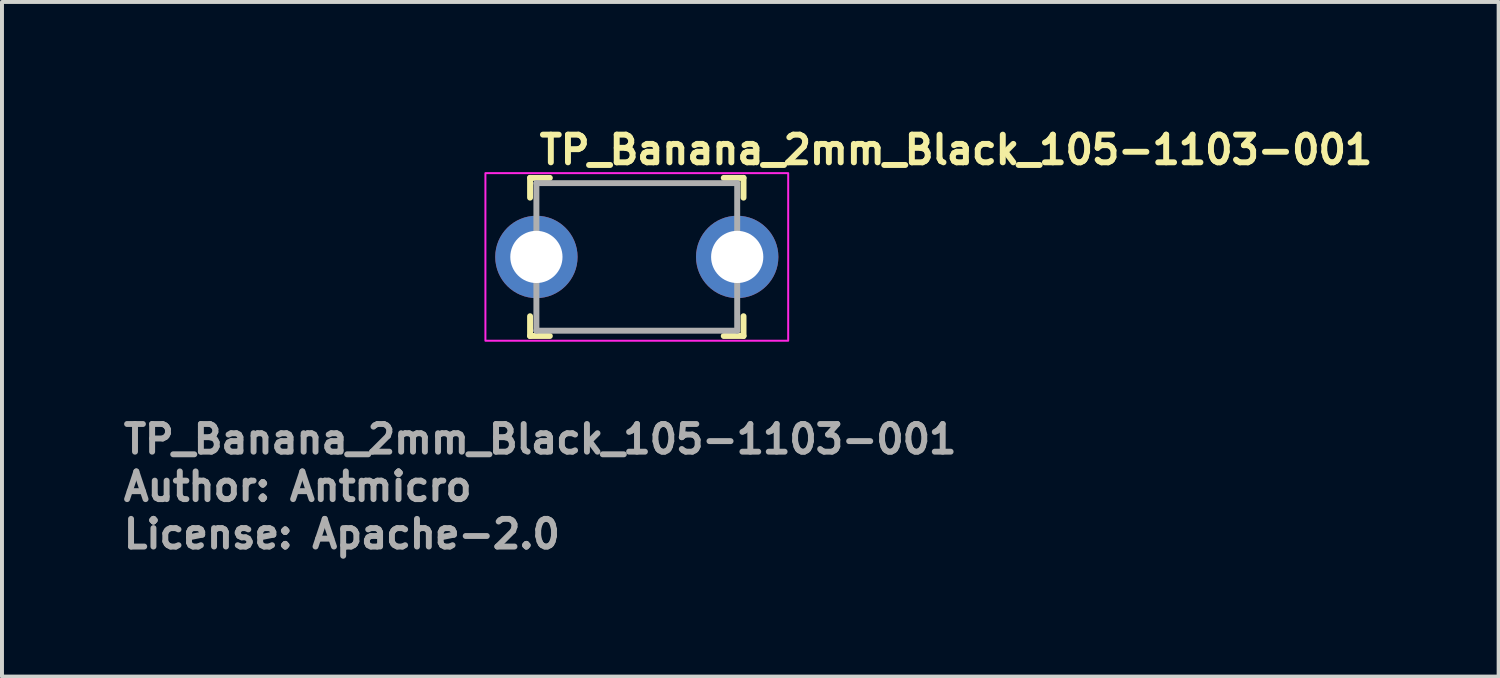
<source format=kicad_pcb>
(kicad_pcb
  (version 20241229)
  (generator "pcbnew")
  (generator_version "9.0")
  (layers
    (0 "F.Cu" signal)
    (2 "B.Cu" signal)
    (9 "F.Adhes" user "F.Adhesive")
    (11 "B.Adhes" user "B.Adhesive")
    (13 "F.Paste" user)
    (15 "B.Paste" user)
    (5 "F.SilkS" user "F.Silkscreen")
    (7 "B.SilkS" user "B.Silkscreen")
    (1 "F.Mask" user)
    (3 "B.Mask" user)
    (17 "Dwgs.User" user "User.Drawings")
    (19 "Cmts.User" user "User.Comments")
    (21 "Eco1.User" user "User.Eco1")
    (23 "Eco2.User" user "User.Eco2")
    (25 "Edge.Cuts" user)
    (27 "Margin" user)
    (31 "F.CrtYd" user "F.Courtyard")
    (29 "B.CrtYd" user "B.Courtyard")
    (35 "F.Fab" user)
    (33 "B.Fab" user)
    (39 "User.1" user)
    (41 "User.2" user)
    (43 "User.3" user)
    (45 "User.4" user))
  (footprint "TP_Banana_2mm_Black_105-1103-001"
    (layer "F.Cu")
    (at 10.52 3.45)
    (property "Reference" "TP_Banana_2mm_Black_105-1103-001" (at 0 -2.3 0) (layer "F.SilkS") (effects (font (size 0.7 0.7) (thickness 0.15)) (justify left bottom)))
    (attr through_hole)
    (fp_line (start -0.16 -2) (end -0.16 -1.5) (stroke (width 0.15) (type solid)) (layer "F.SilkS"))
    (fp_line (start -0.16 -2) (end 0.34 -2) (stroke (width 0.15) (type solid)) (layer "F.SilkS"))
    (fp_line (start -0.16 2) (end -0.16 1.5) (stroke (width 0.15) (type solid)) (layer "F.SilkS"))
    (fp_line (start -0.16 2) (end 0.34 2) (stroke (width 0.15) (type solid)) (layer "F.SilkS"))
    (fp_line (start 5.24 -2) (end 4.74 -2) (stroke (width 0.15) (type solid)) (layer "F.SilkS"))
    (fp_line (start 5.24 -2) (end 5.24 -1.5) (stroke (width 0.15) (type solid)) (layer "F.SilkS"))
    (fp_line (start 5.24 2) (end 4.74 2) (stroke (width 0.15) (type solid)) (layer "F.SilkS"))
    (fp_line (start 5.24 2) (end 5.24 1.5) (stroke (width 0.15) (type solid)) (layer "F.SilkS"))
    (fp_rect (start -1.29 -2.12) (end 6.37 2.12) (stroke (width 0.05) (type solid)) (fill no) (layer "F.CrtYd"))
    (fp_line (start 0 -1.867) (end 5.08 -1.867) (stroke (width 0.15) (type solid)) (layer "F.Fab"))
    (fp_line (start 0 1.867) (end 0 -1.867) (stroke (width 0.15) (type solid)) (layer "F.Fab"))
    (fp_line (start 0 1.867) (end 5.08 1.867) (stroke (width 0.15) (type solid)) (layer "F.Fab"))
    (fp_line (start 5.08 1.867) (end 5.08 -1.867) (stroke (width 0.15) (type solid)) (layer "F.Fab"))
    (fp_rect (start -0.154 -1.862) (end 5.23 1.872) (stroke (width 0.1) (type solid)) (fill no) (layer "User.5"))
    (fp_line (start -0.154 -1.862) (end -0.154 -1.857) (stroke (width 0.02) (type solid)) (layer "User.9"))
    (fp_line (start -0.154 -1.862) (end 5.23 -1.862) (stroke (width 0.02) (type solid)) (layer "User.9"))
    (fp_line (start -0.154 -1.857) (end -0.154 -1.857) (stroke (width 0.02) (type solid)) (layer "User.9"))
    (fp_line (start -0.154 -1.857) (end -0.154 -1.843) (stroke (width 0.02) (type solid)) (layer "User.9"))
    (fp_line (start -0.154 -1.843) (end -0.154 -1.843) (stroke (width 0.02) (type solid)) (layer "User.9"))
    (fp_line (start -0.154 -1.843) (end -0.154 -1.819) (stroke (width 0.02) (type solid)) (layer "User.9"))
    (fp_line (start -0.154 -1.819) (end -0.154 -1.819) (stroke (width 0.02) (type solid)) (layer "User.9"))
    (fp_line (start -0.154 -1.819) (end -0.154 -1.786) (stroke (width 0.02) (type solid)) (layer "User.9"))
    (fp_line (start -0.154 -1.786) (end -0.154 -1.786) (stroke (width 0.02) (type solid)) (layer "User.9"))
    (fp_line (start -0.154 -1.786) (end -0.154 -1.745) (stroke (width 0.02) (type solid)) (layer "User.9"))
    (fp_line (start -0.154 -1.745) (end -0.154 -1.745) (stroke (width 0.02) (type solid)) (layer "User.9"))
    (fp_line (start -0.154 -1.745) (end -0.154 -1.639) (stroke (width 0.02) (type solid)) (layer "User.9"))
    (fp_line (start -0.154 -1.639) (end -0.154 -1.639) (stroke (width 0.02) (type solid)) (layer "User.9"))
    (fp_line (start -0.154 -1.639) (end -0.154 -1.1) (stroke (width 0.02) (type solid)) (layer "User.9"))
    (fp_line (start -0.154 -1.1) (end -0.154 1.11) (stroke (width 0.02) (type solid)) (layer "User.9"))
    (fp_line (start -0.154 1.11) (end -0.154 1.649) (stroke (width 0.02) (type solid)) (layer "User.9"))
    (fp_line (start -0.154 1.649) (end -0.154 1.649) (stroke (width 0.02) (type solid)) (layer "User.9"))
    (fp_line (start -0.154 1.649) (end -0.154 1.706) (stroke (width 0.02) (type solid)) (layer "User.9"))
    (fp_line (start -0.154 1.706) (end -0.154 1.706) (stroke (width 0.02) (type solid)) (layer "User.9"))
    (fp_line (start -0.154 1.706) (end -0.154 1.755) (stroke (width 0.02) (type solid)) (layer "User.9"))
    (fp_line (start -0.154 1.755) (end -0.154 1.755) (stroke (width 0.02) (type solid)) (layer "User.9"))
    (fp_line (start -0.154 1.755) (end -0.154 1.796) (stroke (width 0.02) (type solid)) (layer "User.9"))
    (fp_line (start -0.154 1.796) (end -0.154 1.796) (stroke (width 0.02) (type solid)) (layer "User.9"))
    (fp_line (start -0.154 1.796) (end -0.154 1.829) (stroke (width 0.02) (type solid)) (layer "User.9"))
    (fp_line (start -0.154 1.829) (end -0.154 1.829) (stroke (width 0.02) (type solid)) (layer "User.9"))
    (fp_line (start -0.154 1.829) (end -0.154 1.853) (stroke (width 0.02) (type solid)) (layer "User.9"))
    (fp_line (start -0.154 1.853) (end -0.154 1.853) (stroke (width 0.02) (type solid)) (layer "User.9"))
    (fp_line (start -0.154 1.853) (end -0.154 1.867) (stroke (width 0.02) (type solid)) (layer "User.9"))
    (fp_line (start -0.154 1.867) (end -0.154 1.867) (stroke (width 0.02) (type solid)) (layer "User.9"))
    (fp_line (start -0.154 1.867) (end -0.154 1.872) (stroke (width 0.02) (type solid)) (layer "User.9"))
    (fp_line (start -0.154 1.872) (end 5.23 1.872) (stroke (width 0.02) (type solid)) (layer "User.9"))
    (fp_line (start 5.23 -1.862) (end 5.23 -1.857) (stroke (width 0.02) (type solid)) (layer "User.9"))
    (fp_line (start 5.23 -1.857) (end 5.23 -1.857) (stroke (width 0.02) (type solid)) (layer "User.9"))
    (fp_line (start 5.23 -1.857) (end 5.23 -1.843) (stroke (width 0.02) (type solid)) (layer "User.9"))
    (fp_line (start 5.23 -1.843) (end 5.23 -1.843) (stroke (width 0.02) (type solid)) (layer "User.9"))
    (fp_line (start 5.23 -1.843) (end 5.23 -1.819) (stroke (width 0.02) (type solid)) (layer "User.9"))
    (fp_line (start 5.23 -1.819) (end 5.23 -1.819) (stroke (width 0.02) (type solid)) (layer "User.9"))
    (fp_line (start 5.23 -1.819) (end 5.23 -1.786) (stroke (width 0.02) (type solid)) (layer "User.9"))
    (fp_line (start 5.23 -1.786) (end 5.23 -1.786) (stroke (width 0.02) (type solid)) (layer "User.9"))
    (fp_line (start 5.23 -1.786) (end 5.23 -1.745) (stroke (width 0.02) (type solid)) (layer "User.9"))
    (fp_line (start 5.23 -1.745) (end 5.23 -1.745) (stroke (width 0.02) (type solid)) (layer "User.9"))
    (fp_line (start 5.23 -1.745) (end 5.23 -1.639) (stroke (width 0.02) (type solid)) (layer "User.9"))
    (fp_line (start 5.23 -1.639) (end 5.23 -1.639) (stroke (width 0.02) (type solid)) (layer "User.9"))
    (fp_line (start 5.23 -1.639) (end 5.23 -1.1) (stroke (width 0.02) (type solid)) (layer "User.9"))
    (fp_line (start 5.23 -1.1) (end 5.23 1.11) (stroke (width 0.02) (type solid)) (layer "User.9"))
    (fp_line (start 5.23 1.11) (end 5.23 1.649) (stroke (width 0.02) (type solid)) (layer "User.9"))
    (fp_line (start 5.23 1.649) (end 5.23 1.649) (stroke (width 0.02) (type solid)) (layer "User.9"))
    (fp_line (start 5.23 1.649) (end 5.23 1.706) (stroke (width 0.02) (type solid)) (layer "User.9"))
    (fp_line (start 5.23 1.706) (end 5.23 1.706) (stroke (width 0.02) (type solid)) (layer "User.9"))
    (fp_line (start 5.23 1.706) (end 5.23 1.755) (stroke (width 0.02) (type solid)) (layer "User.9"))
    (fp_line (start 5.23 1.755) (end 5.23 1.755) (stroke (width 0.02) (type solid)) (layer "User.9"))
    (fp_line (start 5.23 1.755) (end 5.23 1.796) (stroke (width 0.02) (type solid)) (layer "User.9"))
    (fp_line (start 5.23 1.796) (end 5.23 1.796) (stroke (width 0.02) (type solid)) (layer "User.9"))
    (fp_line (start 5.23 1.796) (end 5.23 1.829) (stroke (width 0.02) (type solid)) (layer "User.9"))
    (fp_line (start 5.23 1.829) (end 5.23 1.829) (stroke (width 0.02) (type solid)) (layer "User.9"))
    (fp_line (start 5.23 1.829) (end 5.23 1.853) (stroke (width 0.02) (type solid)) (layer "User.9"))
    (fp_line (start 5.23 1.853) (end 5.23 1.853) (stroke (width 0.02) (type solid)) (layer "User.9"))
    (fp_line (start 5.23 1.853) (end 5.23 1.867) (stroke (width 0.02) (type solid)) (layer "User.9"))
    (fp_line (start 5.23 1.867) (end 5.23 1.867) (stroke (width 0.02) (type solid)) (layer "User.9"))
    (fp_line (start 5.23 1.867) (end 5.23 1.872) (stroke (width 0.02) (type solid)) (layer "User.9"))
    (fp_text user "License: Apache-2.0" (at -10.52 7.42 0) (layer "F.Fab") (effects (font (size 0.7 0.7) (thickness 0.15)) (justify left bottom)))
    (fp_text user "${REFERENCE}" (at -10.52 5.02 0) (layer "F.Fab") (effects (font (size 0.7 0.7) (thickness 0.15)) (justify left bottom)))
    (fp_text user "Author: Antmicro" (at -10.52 6.22 0) (layer "F.Fab") (effects (font (size 0.7 0.7) (thickness 0.15)) (justify left bottom)))
    (pad "1" thru_hole circle (at 0 0) (size 2.083 2.083) (drill 1.321) (layers "*.Cu" "*.Mask"))
    (pad "1" thru_hole circle (at 5.08 0) (size 2.083 2.083) (drill 1.321) (layers "*.Cu" "*.Mask")))
  (gr_rect
    (start -3 -3)
    (end 34.863 14.066)
    (stroke (width 0.1) (type default))
    (fill no)
    (layer "Edge.Cuts")))
</source>
